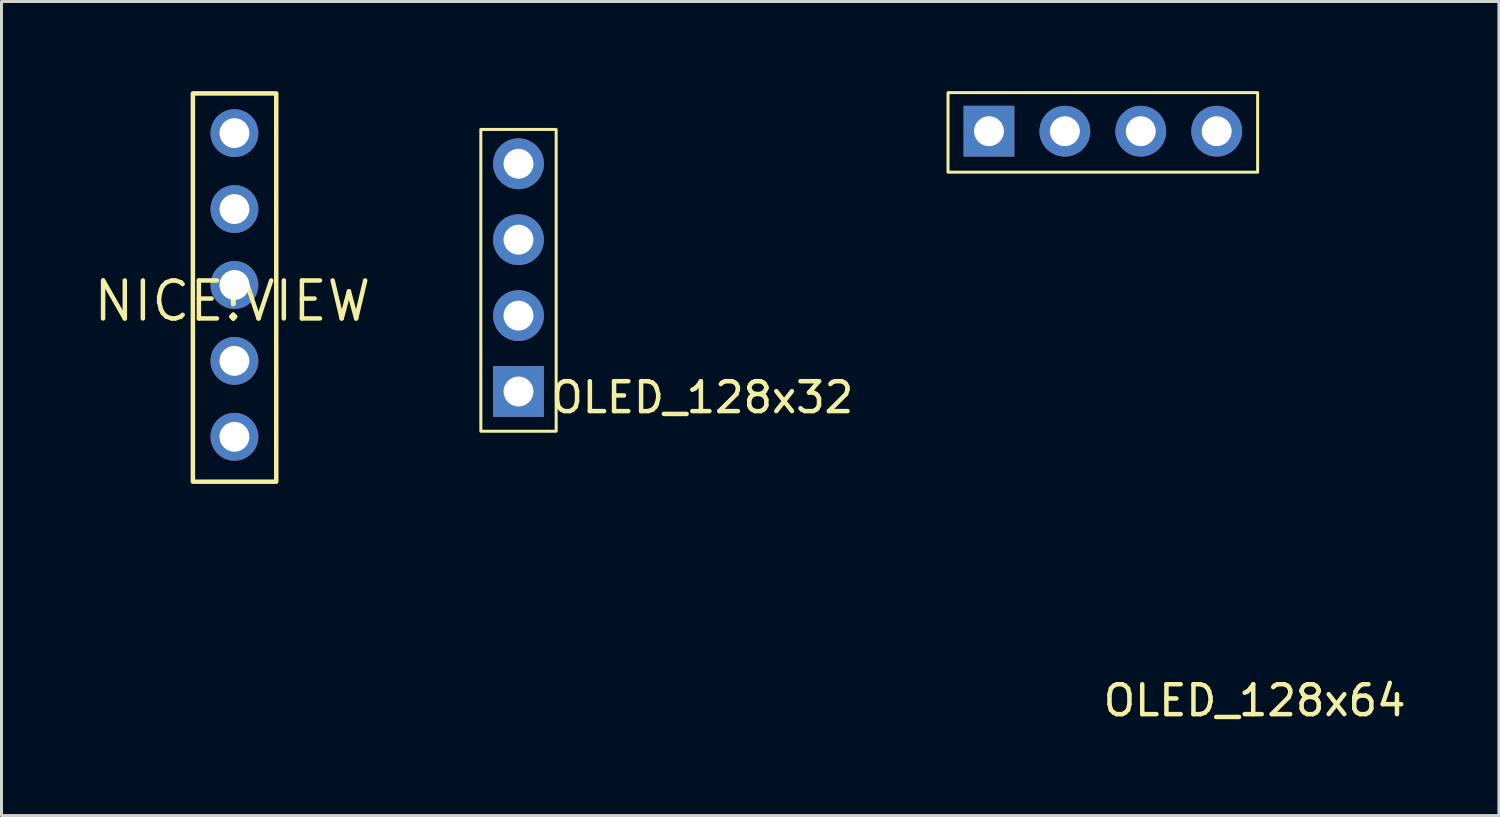
<source format=kicad_pcb>
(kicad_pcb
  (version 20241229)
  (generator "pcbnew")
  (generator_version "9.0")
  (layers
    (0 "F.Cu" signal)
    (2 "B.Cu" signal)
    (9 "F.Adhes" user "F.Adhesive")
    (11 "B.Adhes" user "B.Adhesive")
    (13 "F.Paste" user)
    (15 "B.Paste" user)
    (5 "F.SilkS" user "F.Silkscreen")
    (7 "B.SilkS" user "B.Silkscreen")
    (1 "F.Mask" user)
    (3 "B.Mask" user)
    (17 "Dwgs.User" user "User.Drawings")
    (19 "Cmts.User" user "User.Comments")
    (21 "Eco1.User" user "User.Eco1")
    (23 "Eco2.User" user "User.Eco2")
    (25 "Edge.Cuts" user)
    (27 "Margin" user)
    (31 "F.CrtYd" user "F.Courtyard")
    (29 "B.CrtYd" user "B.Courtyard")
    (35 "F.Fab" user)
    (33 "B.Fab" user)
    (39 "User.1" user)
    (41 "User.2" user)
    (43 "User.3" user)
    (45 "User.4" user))
  (footprint "OLED_128x32"
    (layer "F.Cu")
    (at 12.699 0.25)
    (property "Reference" "OLED_128x32" (at 7.75 10 0) (layer "F.SilkS") (effects (font (size 1 1) (thickness 0.15))))
    (attr through_hole exclude_from_pos_files)
    (fp_rect (start 0.34 1.03) (end 2.86 11.13) (stroke (width 0.1) (type default)) (fill no) (layer "F.SilkS"))
    (pad "1" thru_hole rect (at 1.6 9.8 180) (size 1.7 1.7) (drill 1) (layers "*.Cu" "*.Mask"))
    (pad "2" thru_hole oval (at 1.6 7.26 180) (size 1.7 1.7) (drill 1) (layers "*.Cu" "*.Mask"))
    (pad "3" thru_hole oval (at 1.6 4.72 180) (size 1.7 1.7) (drill 1) (layers "*.Cu" "*.Mask"))
    (pad "4" thru_hole oval (at 1.6 2.18 180) (size 1.7 1.7) (drill 1) (layers "*.Cu" "*.Mask")))
  (footprint "OLED_128x64"
    (layer "F.Cu")
    (at 33.851 1.34)
    (property "Reference" "OLED_128x64" (at 5.08 19.05 0) (layer "F.SilkS") (effects (font (size 1 1) (thickness 0.15))))
    (attr through_hole exclude_from_pos_files)
    (fp_rect (start -5.18 -1.29) (end 5.18 1.37) (stroke (width 0.1) (type default)) (fill no) (layer "F.SilkS"))
    (pad "1" thru_hole rect (at -3.81 0 90) (size 1.7 1.7) (drill 1) (layers "*.Cu" "*.Mask"))
    (pad "2" thru_hole oval (at -1.27 0 90) (size 1.7 1.7) (drill 1) (layers "*.Cu" "*.Mask"))
    (pad "3" thru_hole oval (at 1.27 0 90) (size 1.7 1.7) (drill 1) (layers "*.Cu" "*.Mask"))
    (pad "4" thru_hole oval (at 3.81 0 90) (size 1.7 1.7) (drill 1) (layers "*.Cu" "*.Mask")))
  (footprint "NICE!VIEW"
    (layer "F.Cu")
    (at 4.794 6.485)
    (property "Reference" "NICE!VIEW" (at -0.07 0.54 0) (layer "F.SilkS") (effects (font (size 1.27 1.27) (thickness 0.15))))
    (fp_rect (start -1.39 -6.41) (end 1.399 6.582) (stroke (width 0.15) (type default)) (fill no) (layer "F.SilkS"))
    (pad "1" thru_hole oval (at 0 5.08) (size 1.6 1.6) (drill 1) (layers "*.Cu" "*.Mask"))
    (pad "2" thru_hole oval (at 0 2.54) (size 1.6 1.6) (drill 1) (layers "*.Cu" "*.Mask"))
    (pad "3" thru_hole oval (at 0 0) (size 1.6 1.6) (drill 1) (layers "*.Cu" "*.Mask"))
    (pad "4" thru_hole oval (at 0 -2.54) (size 1.6 1.6) (drill 1) (layers "*.Cu" "*.Mask"))
    (pad "5" thru_hole oval (at 0 -5.08) (size 1.6 1.6) (drill 1) (layers "*.Cu" "*.Mask")))
  (gr_rect
    (start -3 -3)
    (end 47.104 24.238)
    (stroke (width 0.1) (type default))
    (fill no)
    (layer "Edge.Cuts")))
</source>
